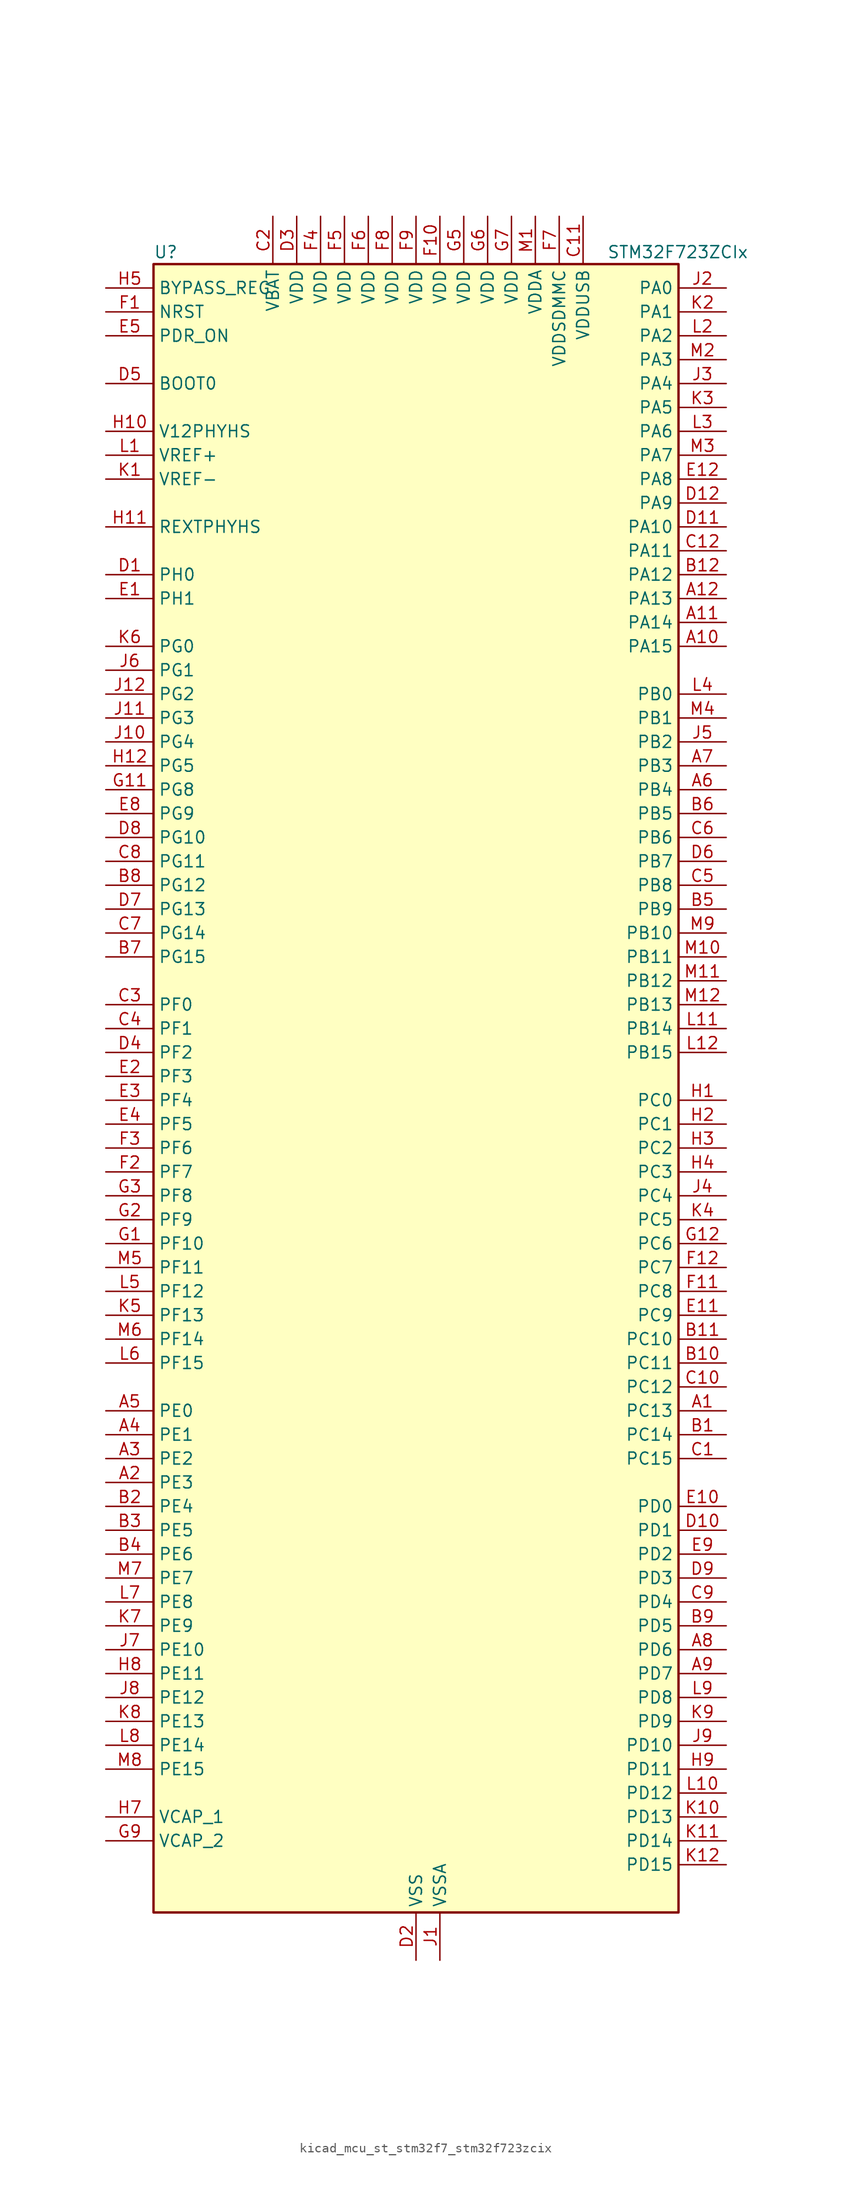
<source format=kicad_sym>
(kicad_symbol_lib
  (version 20220914)
  (generator kicad_symbol_editor)
  (symbol "kicad_mcu_st_stm32f7_stm32f723zcix"
    (property "Reference" "U"
      (at -27.94 90.17 0)
      (effects (font (size 1.27 1.27)) (justify left)))
    (property "Value" "STM32F723ZCIx"
      (at 20.32 90.17 0)
      (effects (font (size 1.27 1.27)) (justify left)))
    (property "ki_locked" ""
      (at 0 0 0)
      (effects (font (size 1.27 1.27))))
    (symbol "kicad_mcu_st_stm32f7_stm32f723zcix_0_1"
      (rectangle (start -27.94 -86.36) (end 27.94 88.9) (stroke (width 0.254) (type default)) (fill (type background))))
    (symbol "kicad_mcu_st_stm32f7_stm32f723zcix_1_1"
      (pin bidirectional line (at 33.02 -33.02 180) (length 5.08) (name "PC13" (effects (font (size 1.27 1.27)))) (number "A1" (effects (font (size 1.27 1.27)))) (alternate "RTC_OUT" bidirectional line) (alternate "RTC_TAMP1" bidirectional line) (alternate "RTC_TS" bidirectional line) (alternate "SYS_WKUP4" bidirectional line))
      (pin bidirectional line (at 33.02 48.26 180) (length 5.08) (name "PA15" (effects (font (size 1.27 1.27)))) (number "A10" (effects (font (size 1.27 1.27)))) (alternate "I2S1_WS" bidirectional line) (alternate "I2S3_WS" bidirectional line) (alternate "SPI1_NSS" bidirectional line) (alternate "SPI3_NSS" bidirectional line) (alternate "SYS_JTDI" bidirectional line) (alternate "TIM2_CH1" bidirectional line) (alternate "TIM2_ETR" bidirectional line) (alternate "UART4_DE" bidirectional line) (alternate "UART4_RTS" bidirectional line))
      (pin bidirectional line (at 33.02 50.8 180) (length 5.08) (name "PA14" (effects (font (size 1.27 1.27)))) (number "A11" (effects (font (size 1.27 1.27)))) (alternate "SYS_JTCK-SWCLK" bidirectional line))
      (pin bidirectional line (at 33.02 53.34 180) (length 5.08) (name "PA13" (effects (font (size 1.27 1.27)))) (number "A12" (effects (font (size 1.27 1.27)))) (alternate "SYS_JTMS-SWDIO" bidirectional line))
      (pin bidirectional line (at -33.02 -40.64 0) (length 5.08) (name "PE3" (effects (font (size 1.27 1.27)))) (number "A2" (effects (font (size 1.27 1.27)))) (alternate "FMC_A19" bidirectional line) (alternate "SAI1_SD_B" bidirectional line) (alternate "SYS_TRACED0" bidirectional line))
      (pin bidirectional line (at -33.02 -38.1 0) (length 5.08) (name "PE2" (effects (font (size 1.27 1.27)))) (number "A3" (effects (font (size 1.27 1.27)))) (alternate "FMC_A23" bidirectional line) (alternate "QUADSPI_BK1_IO2" bidirectional line) (alternate "SAI1_MCLK_A" bidirectional line) (alternate "SPI4_SCK" bidirectional line) (alternate "SYS_TRACECLK" bidirectional line))
      (pin bidirectional line (at -33.02 -35.56 0) (length 5.08) (name "PE1" (effects (font (size 1.27 1.27)))) (number "A4" (effects (font (size 1.27 1.27)))) (alternate "FMC_NBL1" bidirectional line) (alternate "LPTIM1_IN2" bidirectional line) (alternate "UART8_TX" bidirectional line))
      (pin bidirectional line (at -33.02 -33.02 0) (length 5.08) (name "PE0" (effects (font (size 1.27 1.27)))) (number "A5" (effects (font (size 1.27 1.27)))) (alternate "FMC_NBL0" bidirectional line) (alternate "LPTIM1_ETR" bidirectional line) (alternate "SAI2_MCLK_A" bidirectional line) (alternate "TIM4_ETR" bidirectional line) (alternate "UART8_RX" bidirectional line))
      (pin bidirectional line (at 33.02 33.02 180) (length 5.08) (name "PB4" (effects (font (size 1.27 1.27)))) (number "A6" (effects (font (size 1.27 1.27)))) (alternate "I2S2_WS" bidirectional line) (alternate "SDMMC2_D3" bidirectional line) (alternate "SPI1_MISO" bidirectional line) (alternate "SPI2_NSS" bidirectional line) (alternate "SPI3_MISO" bidirectional line) (alternate "SYS_JTRST" bidirectional line) (alternate "TIM3_CH1" bidirectional line))
      (pin bidirectional line (at 33.02 35.56 180) (length 5.08) (name "PB3" (effects (font (size 1.27 1.27)))) (number "A7" (effects (font (size 1.27 1.27)))) (alternate "I2S1_CK" bidirectional line) (alternate "I2S3_CK" bidirectional line) (alternate "SDMMC2_D2" bidirectional line) (alternate "SPI1_SCK" bidirectional line) (alternate "SPI3_SCK" bidirectional line) (alternate "SYS_JTDO-SWO" bidirectional line) (alternate "TIM2_CH2" bidirectional line))
      (pin bidirectional line (at 33.02 -58.42 180) (length 5.08) (name "PD6" (effects (font (size 1.27 1.27)))) (number "A8" (effects (font (size 1.27 1.27)))) (alternate "FMC_NWAIT" bidirectional line) (alternate "I2S3_SD" bidirectional line) (alternate "SAI1_SD_A" bidirectional line) (alternate "SDMMC2_CK" bidirectional line) (alternate "SPI3_MOSI" bidirectional line) (alternate "USART2_RX" bidirectional line))
      (pin bidirectional line (at 33.02 -60.96 180) (length 5.08) (name "PD7" (effects (font (size 1.27 1.27)))) (number "A9" (effects (font (size 1.27 1.27)))) (alternate "FMC_NE1" bidirectional line) (alternate "SDMMC2_CMD" bidirectional line) (alternate "USART2_CK" bidirectional line))
      (pin bidirectional line (at 33.02 -35.56 180) (length 5.08) (name "PC14" (effects (font (size 1.27 1.27)))) (number "B1" (effects (font (size 1.27 1.27)))) (alternate "RCC_OSC32_IN" bidirectional line))
      (pin bidirectional line (at 33.02 -27.94 180) (length 5.08) (name "PC11" (effects (font (size 1.27 1.27)))) (number "B10" (effects (font (size 1.27 1.27)))) (alternate "ADC1_EXTI11" bidirectional line) (alternate "ADC2_EXTI11" bidirectional line) (alternate "ADC3_EXTI11" bidirectional line) (alternate "QUADSPI_BK2_NCS" bidirectional line) (alternate "SDMMC1_D3" bidirectional line) (alternate "SPI3_MISO" bidirectional line) (alternate "UART4_RX" bidirectional line) (alternate "USART3_RX" bidirectional line))
      (pin bidirectional line (at 33.02 -25.4 180) (length 5.08) (name "PC10" (effects (font (size 1.27 1.27)))) (number "B11" (effects (font (size 1.27 1.27)))) (alternate "I2S3_CK" bidirectional line) (alternate "QUADSPI_BK1_IO1" bidirectional line) (alternate "SDMMC1_D2" bidirectional line) (alternate "SPI3_SCK" bidirectional line) (alternate "UART4_TX" bidirectional line) (alternate "USART3_TX" bidirectional line))
      (pin bidirectional line (at 33.02 55.88 180) (length 5.08) (name "PA12" (effects (font (size 1.27 1.27)))) (number "B12" (effects (font (size 1.27 1.27)))) (alternate "CAN1_TX" bidirectional line) (alternate "SAI2_FS_B" bidirectional line) (alternate "TIM1_ETR" bidirectional line) (alternate "USART1_DE" bidirectional line) (alternate "USART1_RTS" bidirectional line) (alternate "USB_OTG_FS_DP" bidirectional line))
      (pin bidirectional line (at -33.02 -43.18 0) (length 5.08) (name "PE4" (effects (font (size 1.27 1.27)))) (number "B2" (effects (font (size 1.27 1.27)))) (alternate "FMC_A20" bidirectional line) (alternate "SAI1_FS_A" bidirectional line) (alternate "SPI4_NSS" bidirectional line) (alternate "SYS_TRACED1" bidirectional line))
      (pin bidirectional line (at -33.02 -45.72 0) (length 5.08) (name "PE5" (effects (font (size 1.27 1.27)))) (number "B3" (effects (font (size 1.27 1.27)))) (alternate "FMC_A21" bidirectional line) (alternate "SAI1_SCK_A" bidirectional line) (alternate "SPI4_MISO" bidirectional line) (alternate "SYS_TRACED2" bidirectional line) (alternate "TIM9_CH1" bidirectional line))
      (pin bidirectional line (at -33.02 -48.26 0) (length 5.08) (name "PE6" (effects (font (size 1.27 1.27)))) (number "B4" (effects (font (size 1.27 1.27)))) (alternate "FMC_A22" bidirectional line) (alternate "SAI1_SD_A" bidirectional line) (alternate "SAI2_MCLK_B" bidirectional line) (alternate "SPI4_MOSI" bidirectional line) (alternate "SYS_TRACED3" bidirectional line) (alternate "TIM1_BKIN2" bidirectional line) (alternate "TIM9_CH2" bidirectional line))
      (pin bidirectional line (at 33.02 20.32 180) (length 5.08) (name "PB9" (effects (font (size 1.27 1.27)))) (number "B5" (effects (font (size 1.27 1.27)))) (alternate "CAN1_TX" bidirectional line) (alternate "DAC_EXTI9" bidirectional line) (alternate "I2C1_SDA" bidirectional line) (alternate "I2S2_WS" bidirectional line) (alternate "SDMMC1_D5" bidirectional line) (alternate "SDMMC2_D5" bidirectional line) (alternate "SPI2_NSS" bidirectional line) (alternate "TIM11_CH1" bidirectional line) (alternate "TIM4_CH4" bidirectional line))
      (pin bidirectional line (at 33.02 30.48 180) (length 5.08) (name "PB5" (effects (font (size 1.27 1.27)))) (number "B6" (effects (font (size 1.27 1.27)))) (alternate "FMC_SDCKE1" bidirectional line) (alternate "I2C1_SMBA" bidirectional line) (alternate "I2S1_SD" bidirectional line) (alternate "I2S3_SD" bidirectional line) (alternate "SPI1_MOSI" bidirectional line) (alternate "SPI3_MOSI" bidirectional line) (alternate "TIM3_CH2" bidirectional line))
      (pin bidirectional line (at -33.02 15.24 0) (length 5.08) (name "PG15" (effects (font (size 1.27 1.27)))) (number "B7" (effects (font (size 1.27 1.27)))) (alternate "FMC_SDNCAS" bidirectional line) (alternate "USART6_CTS" bidirectional line))
      (pin bidirectional line (at -33.02 22.86 0) (length 5.08) (name "PG12" (effects (font (size 1.27 1.27)))) (number "B8" (effects (font (size 1.27 1.27)))) (alternate "FMC_NE4" bidirectional line) (alternate "LPTIM1_IN1" bidirectional line) (alternate "SDMMC2_D3" bidirectional line) (alternate "USART6_DE" bidirectional line) (alternate "USART6_RTS" bidirectional line))
      (pin bidirectional line (at 33.02 -55.88 180) (length 5.08) (name "PD5" (effects (font (size 1.27 1.27)))) (number "B9" (effects (font (size 1.27 1.27)))) (alternate "FMC_NWE" bidirectional line) (alternate "USART2_TX" bidirectional line))
      (pin bidirectional line (at 33.02 -38.1 180) (length 5.08) (name "PC15" (effects (font (size 1.27 1.27)))) (number "C1" (effects (font (size 1.27 1.27)))) (alternate "RCC_OSC32_OUT" bidirectional line))
      (pin bidirectional line (at 33.02 -30.48 180) (length 5.08) (name "PC12" (effects (font (size 1.27 1.27)))) (number "C10" (effects (font (size 1.27 1.27)))) (alternate "I2S3_SD" bidirectional line) (alternate "SDMMC1_CK" bidirectional line) (alternate "SPI3_MOSI" bidirectional line) (alternate "SYS_TRACED3" bidirectional line) (alternate "UART5_TX" bidirectional line) (alternate "USART3_CK" bidirectional line))
      (pin power_in line (at 17.78 93.98 270) (length 5.08) (name "VDDUSB" (effects (font (size 1.27 1.27)))) (number "C11" (effects (font (size 1.27 1.27)))))
      (pin bidirectional line (at 33.02 58.42 180) (length 5.08) (name "PA11" (effects (font (size 1.27 1.27)))) (number "C12" (effects (font (size 1.27 1.27)))) (alternate "ADC1_EXTI11" bidirectional line) (alternate "ADC2_EXTI11" bidirectional line) (alternate "ADC3_EXTI11" bidirectional line) (alternate "CAN1_RX" bidirectional line) (alternate "TIM1_CH4" bidirectional line) (alternate "USART1_CTS" bidirectional line) (alternate "USB_OTG_FS_DM" bidirectional line))
      (pin power_in line (at -15.24 93.98 270) (length 5.08) (name "VBAT" (effects (font (size 1.27 1.27)))) (number "C2" (effects (font (size 1.27 1.27)))))
      (pin bidirectional line (at -33.02 10.16 0) (length 5.08) (name "PF0" (effects (font (size 1.27 1.27)))) (number "C3" (effects (font (size 1.27 1.27)))) (alternate "FMC_A0" bidirectional line) (alternate "I2C2_SDA" bidirectional line))
      (pin bidirectional line (at -33.02 7.62 0) (length 5.08) (name "PF1" (effects (font (size 1.27 1.27)))) (number "C4" (effects (font (size 1.27 1.27)))) (alternate "FMC_A1" bidirectional line) (alternate "I2C2_SCL" bidirectional line))
      (pin bidirectional line (at 33.02 22.86 180) (length 5.08) (name "PB8" (effects (font (size 1.27 1.27)))) (number "C5" (effects (font (size 1.27 1.27)))) (alternate "CAN1_RX" bidirectional line) (alternate "I2C1_SCL" bidirectional line) (alternate "SDMMC1_D4" bidirectional line) (alternate "SDMMC2_D4" bidirectional line) (alternate "TIM10_CH1" bidirectional line) (alternate "TIM4_CH3" bidirectional line))
      (pin bidirectional line (at 33.02 27.94 180) (length 5.08) (name "PB6" (effects (font (size 1.27 1.27)))) (number "C6" (effects (font (size 1.27 1.27)))) (alternate "FMC_SDNE1" bidirectional line) (alternate "I2C1_SCL" bidirectional line) (alternate "QUADSPI_BK1_NCS" bidirectional line) (alternate "TIM4_CH1" bidirectional line) (alternate "USART1_TX" bidirectional line))
      (pin bidirectional line (at -33.02 17.78 0) (length 5.08) (name "PG14" (effects (font (size 1.27 1.27)))) (number "C7" (effects (font (size 1.27 1.27)))) (alternate "FMC_A25" bidirectional line) (alternate "LPTIM1_ETR" bidirectional line) (alternate "QUADSPI_BK2_IO3" bidirectional line) (alternate "SYS_TRACED1" bidirectional line) (alternate "USART6_TX" bidirectional line))
      (pin bidirectional line (at -33.02 25.4 0) (length 5.08) (name "PG11" (effects (font (size 1.27 1.27)))) (number "C8" (effects (font (size 1.27 1.27)))) (alternate "ADC1_EXTI11" bidirectional line) (alternate "ADC2_EXTI11" bidirectional line) (alternate "ADC3_EXTI11" bidirectional line) (alternate "FMC_INT" bidirectional line) (alternate "SDMMC2_D2" bidirectional line))
      (pin bidirectional line (at 33.02 -53.34 180) (length 5.08) (name "PD4" (effects (font (size 1.27 1.27)))) (number "C9" (effects (font (size 1.27 1.27)))) (alternate "FMC_NOE" bidirectional line) (alternate "USART2_DE" bidirectional line) (alternate "USART2_RTS" bidirectional line))
      (pin bidirectional line (at -33.02 55.88 0) (length 5.08) (name "PH0" (effects (font (size 1.27 1.27)))) (number "D1" (effects (font (size 1.27 1.27)))) (alternate "RCC_OSC_IN" bidirectional line))
      (pin bidirectional line (at 33.02 -45.72 180) (length 5.08) (name "PD1" (effects (font (size 1.27 1.27)))) (number "D10" (effects (font (size 1.27 1.27)))) (alternate "CAN1_TX" bidirectional line) (alternate "FMC_D3" bidirectional line) (alternate "FMC_DA3" bidirectional line))
      (pin bidirectional line (at 33.02 60.96 180) (length 5.08) (name "PA10" (effects (font (size 1.27 1.27)))) (number "D11" (effects (font (size 1.27 1.27)))) (alternate "TIM1_CH3" bidirectional line) (alternate "USART1_RX" bidirectional line) (alternate "USB_OTG_FS_ID" bidirectional line))
      (pin bidirectional line (at 33.02 63.5 180) (length 5.08) (name "PA9" (effects (font (size 1.27 1.27)))) (number "D12" (effects (font (size 1.27 1.27)))) (alternate "DAC_EXTI9" bidirectional line) (alternate "I2C3_SMBA" bidirectional line) (alternate "I2S2_CK" bidirectional line) (alternate "SPI2_SCK" bidirectional line) (alternate "TIM1_CH2" bidirectional line) (alternate "USART1_TX" bidirectional line) (alternate "USB_OTG_FS_VBUS" bidirectional line))
      (pin power_in line (at 0 -91.44 90) (length 5.08) (name "VSS" (effects (font (size 1.27 1.27)))) (number "D2" (effects (font (size 1.27 1.27)))))
      (pin power_in line (at -12.7 93.98 270) (length 5.08) (name "VDD" (effects (font (size 1.27 1.27)))) (number "D3" (effects (font (size 1.27 1.27)))))
      (pin bidirectional line (at -33.02 5.08 0) (length 5.08) (name "PF2" (effects (font (size 1.27 1.27)))) (number "D4" (effects (font (size 1.27 1.27)))) (alternate "FMC_A2" bidirectional line) (alternate "I2C2_SMBA" bidirectional line))
      (pin input line (at -33.02 76.2 0) (length 5.08) (name "BOOT0" (effects (font (size 1.27 1.27)))) (number "D5" (effects (font (size 1.27 1.27)))))
      (pin bidirectional line (at 33.02 25.4 180) (length 5.08) (name "PB7" (effects (font (size 1.27 1.27)))) (number "D6" (effects (font (size 1.27 1.27)))) (alternate "FMC_NL" bidirectional line) (alternate "I2C1_SDA" bidirectional line) (alternate "TIM4_CH2" bidirectional line) (alternate "USART1_RX" bidirectional line))
      (pin bidirectional line (at -33.02 20.32 0) (length 5.08) (name "PG13" (effects (font (size 1.27 1.27)))) (number "D7" (effects (font (size 1.27 1.27)))) (alternate "FMC_A24" bidirectional line) (alternate "LPTIM1_OUT" bidirectional line) (alternate "SYS_TRACED0" bidirectional line) (alternate "USART6_CTS" bidirectional line))
      (pin bidirectional line (at -33.02 27.94 0) (length 5.08) (name "PG10" (effects (font (size 1.27 1.27)))) (number "D8" (effects (font (size 1.27 1.27)))) (alternate "FMC_NE3" bidirectional line) (alternate "SAI2_SD_B" bidirectional line) (alternate "SDMMC2_D1" bidirectional line))
      (pin bidirectional line (at 33.02 -50.8 180) (length 5.08) (name "PD3" (effects (font (size 1.27 1.27)))) (number "D9" (effects (font (size 1.27 1.27)))) (alternate "FMC_CLK" bidirectional line) (alternate "I2S2_CK" bidirectional line) (alternate "SPI2_SCK" bidirectional line) (alternate "USART2_CTS" bidirectional line))
      (pin bidirectional line (at -33.02 53.34 0) (length 5.08) (name "PH1" (effects (font (size 1.27 1.27)))) (number "E1" (effects (font (size 1.27 1.27)))) (alternate "RCC_OSC_OUT" bidirectional line))
      (pin bidirectional line (at 33.02 -43.18 180) (length 5.08) (name "PD0" (effects (font (size 1.27 1.27)))) (number "E10" (effects (font (size 1.27 1.27)))) (alternate "CAN1_RX" bidirectional line) (alternate "FMC_D2" bidirectional line) (alternate "FMC_DA2" bidirectional line))
      (pin bidirectional line (at 33.02 -22.86 180) (length 5.08) (name "PC9" (effects (font (size 1.27 1.27)))) (number "E11" (effects (font (size 1.27 1.27)))) (alternate "DAC_EXTI9" bidirectional line) (alternate "I2C3_SDA" bidirectional line) (alternate "I2S_CKIN" bidirectional line) (alternate "QUADSPI_BK1_IO0" bidirectional line) (alternate "RCC_MCO_2" bidirectional line) (alternate "SDMMC1_D1" bidirectional line) (alternate "TIM3_CH4" bidirectional line) (alternate "TIM8_CH4" bidirectional line) (alternate "UART5_CTS" bidirectional line))
      (pin bidirectional line (at 33.02 66.04 180) (length 5.08) (name "PA8" (effects (font (size 1.27 1.27)))) (number "E12" (effects (font (size 1.27 1.27)))) (alternate "I2C3_SCL" bidirectional line) (alternate "RCC_MCO_1" bidirectional line) (alternate "TIM1_CH1" bidirectional line) (alternate "TIM8_BKIN2" bidirectional line) (alternate "USART1_CK" bidirectional line) (alternate "USB_OTG_FS_SOF" bidirectional line))
      (pin bidirectional line (at -33.02 2.54 0) (length 5.08) (name "PF3" (effects (font (size 1.27 1.27)))) (number "E2" (effects (font (size 1.27 1.27)))) (alternate "ADC3_IN9" bidirectional line) (alternate "FMC_A3" bidirectional line))
      (pin bidirectional line (at -33.02 0 0) (length 5.08) (name "PF4" (effects (font (size 1.27 1.27)))) (number "E3" (effects (font (size 1.27 1.27)))) (alternate "ADC3_IN14" bidirectional line) (alternate "FMC_A4" bidirectional line))
      (pin bidirectional line (at -33.02 -2.54 0) (length 5.08) (name "PF5" (effects (font (size 1.27 1.27)))) (number "E4" (effects (font (size 1.27 1.27)))) (alternate "ADC3_IN15" bidirectional line) (alternate "FMC_A5" bidirectional line))
      (pin input line (at -33.02 81.28 0) (length 5.08) (name "PDR_ON" (effects (font (size 1.27 1.27)))) (number "E5" (effects (font (size 1.27 1.27)))))
      (pin passive line (at 0 -91.44 90) (length 5.08) hide (name "VSS" (effects (font (size 1.27 1.27)))) (number "E6" (effects (font (size 1.27 1.27)))))
      (pin passive line (at 0 -91.44 90) (length 5.08) hide (name "VSS" (effects (font (size 1.27 1.27)))) (number "E7" (effects (font (size 1.27 1.27)))))
      (pin bidirectional line (at -33.02 30.48 0) (length 5.08) (name "PG9" (effects (font (size 1.27 1.27)))) (number "E8" (effects (font (size 1.27 1.27)))) (alternate "DAC_EXTI9" bidirectional line) (alternate "FMC_NCE" bidirectional line) (alternate "FMC_NE2" bidirectional line) (alternate "QUADSPI_BK2_IO2" bidirectional line) (alternate "SAI2_FS_B" bidirectional line) (alternate "SDMMC2_D0" bidirectional line) (alternate "USART6_RX" bidirectional line))
      (pin bidirectional line (at 33.02 -48.26 180) (length 5.08) (name "PD2" (effects (font (size 1.27 1.27)))) (number "E9" (effects (font (size 1.27 1.27)))) (alternate "SDMMC1_CMD" bidirectional line) (alternate "SYS_TRACED2" bidirectional line) (alternate "TIM3_ETR" bidirectional line) (alternate "UART5_RX" bidirectional line))
      (pin input line (at -33.02 83.82 0) (length 5.08) (name "NRST" (effects (font (size 1.27 1.27)))) (number "F1" (effects (font (size 1.27 1.27)))))
      (pin power_in line (at 2.54 93.98 270) (length 5.08) (name "VDD" (effects (font (size 1.27 1.27)))) (number "F10" (effects (font (size 1.27 1.27)))))
      (pin bidirectional line (at 33.02 -20.32 180) (length 5.08) (name "PC8" (effects (font (size 1.27 1.27)))) (number "F11" (effects (font (size 1.27 1.27)))) (alternate "SDMMC1_D0" bidirectional line) (alternate "SYS_TRACED1" bidirectional line) (alternate "TIM3_CH3" bidirectional line) (alternate "TIM8_CH3" bidirectional line) (alternate "UART5_DE" bidirectional line) (alternate "UART5_RTS" bidirectional line) (alternate "USART6_CK" bidirectional line))
      (pin bidirectional line (at 33.02 -17.78 180) (length 5.08) (name "PC7" (effects (font (size 1.27 1.27)))) (number "F12" (effects (font (size 1.27 1.27)))) (alternate "I2S3_MCK" bidirectional line) (alternate "SDMMC1_D7" bidirectional line) (alternate "SDMMC2_D7" bidirectional line) (alternate "TIM3_CH2" bidirectional line) (alternate "TIM8_CH2" bidirectional line) (alternate "USART6_RX" bidirectional line))
      (pin bidirectional line (at -33.02 -7.62 0) (length 5.08) (name "PF7" (effects (font (size 1.27 1.27)))) (number "F2" (effects (font (size 1.27 1.27)))) (alternate "ADC3_IN5" bidirectional line) (alternate "QUADSPI_BK1_IO2" bidirectional line) (alternate "SAI1_MCLK_B" bidirectional line) (alternate "SPI5_SCK" bidirectional line) (alternate "TIM11_CH1" bidirectional line) (alternate "UART7_TX" bidirectional line))
      (pin bidirectional line (at -33.02 -5.08 0) (length 5.08) (name "PF6" (effects (font (size 1.27 1.27)))) (number "F3" (effects (font (size 1.27 1.27)))) (alternate "ADC3_IN4" bidirectional line) (alternate "QUADSPI_BK1_IO3" bidirectional line) (alternate "SAI1_SD_B" bidirectional line) (alternate "SPI5_NSS" bidirectional line) (alternate "TIM10_CH1" bidirectional line) (alternate "UART7_RX" bidirectional line))
      (pin power_in line (at -10.16 93.98 270) (length 5.08) (name "VDD" (effects (font (size 1.27 1.27)))) (number "F4" (effects (font (size 1.27 1.27)))))
      (pin power_in line (at -7.62 93.98 270) (length 5.08) (name "VDD" (effects (font (size 1.27 1.27)))) (number "F5" (effects (font (size 1.27 1.27)))))
      (pin power_in line (at -5.08 93.98 270) (length 5.08) (name "VDD" (effects (font (size 1.27 1.27)))) (number "F6" (effects (font (size 1.27 1.27)))))
      (pin power_in line (at 15.24 93.98 270) (length 5.08) (name "VDDSDMMC" (effects (font (size 1.27 1.27)))) (number "F7" (effects (font (size 1.27 1.27)))))
      (pin power_in line (at -2.54 93.98 270) (length 5.08) (name "VDD" (effects (font (size 1.27 1.27)))) (number "F8" (effects (font (size 1.27 1.27)))))
      (pin power_in line (at 0 93.98 270) (length 5.08) (name "VDD" (effects (font (size 1.27 1.27)))) (number "F9" (effects (font (size 1.27 1.27)))))
      (pin bidirectional line (at -33.02 -15.24 0) (length 5.08) (name "PF10" (effects (font (size 1.27 1.27)))) (number "G1" (effects (font (size 1.27 1.27)))) (alternate "ADC3_IN8" bidirectional line))
      (pin passive line (at 0 -91.44 90) (length 5.08) hide (name "VSS" (effects (font (size 1.27 1.27)))) (number "G10" (effects (font (size 1.27 1.27)))))
      (pin bidirectional line (at -33.02 33.02 0) (length 5.08) (name "PG8" (effects (font (size 1.27 1.27)))) (number "G11" (effects (font (size 1.27 1.27)))) (alternate "FMC_SDCLK" bidirectional line) (alternate "USART6_DE" bidirectional line) (alternate "USART6_RTS" bidirectional line))
      (pin bidirectional line (at 33.02 -15.24 180) (length 5.08) (name "PC6" (effects (font (size 1.27 1.27)))) (number "G12" (effects (font (size 1.27 1.27)))) (alternate "I2S2_MCK" bidirectional line) (alternate "SDMMC1_D6" bidirectional line) (alternate "SDMMC2_D6" bidirectional line) (alternate "TIM3_CH1" bidirectional line) (alternate "TIM8_CH1" bidirectional line) (alternate "USART6_TX" bidirectional line))
      (pin bidirectional line (at -33.02 -12.7 0) (length 5.08) (name "PF9" (effects (font (size 1.27 1.27)))) (number "G2" (effects (font (size 1.27 1.27)))) (alternate "ADC3_IN7" bidirectional line) (alternate "DAC_EXTI9" bidirectional line) (alternate "QUADSPI_BK1_IO1" bidirectional line) (alternate "SAI1_FS_B" bidirectional line) (alternate "SPI5_MOSI" bidirectional line) (alternate "TIM14_CH1" bidirectional line) (alternate "UART7_CTS" bidirectional line))
      (pin bidirectional line (at -33.02 -10.16 0) (length 5.08) (name "PF8" (effects (font (size 1.27 1.27)))) (number "G3" (effects (font (size 1.27 1.27)))) (alternate "ADC3_IN6" bidirectional line) (alternate "QUADSPI_BK1_IO0" bidirectional line) (alternate "SAI1_SCK_B" bidirectional line) (alternate "SPI5_MISO" bidirectional line) (alternate "TIM13_CH1" bidirectional line) (alternate "UART7_DE" bidirectional line) (alternate "UART7_RTS" bidirectional line))
      (pin passive line (at 0 -91.44 90) (length 5.08) hide (name "VSS" (effects (font (size 1.27 1.27)))) (number "G4" (effects (font (size 1.27 1.27)))))
      (pin power_in line (at 5.08 93.98 270) (length 5.08) (name "VDD" (effects (font (size 1.27 1.27)))) (number "G5" (effects (font (size 1.27 1.27)))))
      (pin power_in line (at 7.62 93.98 270) (length 5.08) (name "VDD" (effects (font (size 1.27 1.27)))) (number "G6" (effects (font (size 1.27 1.27)))))
      (pin power_in line (at 10.16 93.98 270) (length 5.08) (name "VDD" (effects (font (size 1.27 1.27)))) (number "G7" (effects (font (size 1.27 1.27)))))
      (pin passive line (at 0 -91.44 90) (length 5.08) hide (name "VSS" (effects (font (size 1.27 1.27)))) (number "G8" (effects (font (size 1.27 1.27)))))
      (pin power_out line (at -33.02 -78.74 0) (length 5.08) (name "VCAP_2" (effects (font (size 1.27 1.27)))) (number "G9" (effects (font (size 1.27 1.27)))))
      (pin bidirectional line (at 33.02 0 180) (length 5.08) (name "PC0" (effects (font (size 1.27 1.27)))) (number "H1" (effects (font (size 1.27 1.27)))) (alternate "ADC1_IN10" bidirectional line) (alternate "ADC2_IN10" bidirectional line) (alternate "ADC3_IN10" bidirectional line) (alternate "FMC_SDNWE" bidirectional line) (alternate "SAI2_FS_B" bidirectional line))
      (pin power_in line (at -33.02 71.12 0) (length 5.08) (name "V12PHYHS" (effects (font (size 1.27 1.27)))) (number "H10" (effects (font (size 1.27 1.27)))))
      (pin bidirectional line (at -33.02 60.96 0) (length 5.08) (name "REXTPHYHS" (effects (font (size 1.27 1.27)))) (number "H11" (effects (font (size 1.27 1.27)))) (alternate "USB_OTG_HS_REXTPHYHS" bidirectional line))
      (pin bidirectional line (at -33.02 35.56 0) (length 5.08) (name "PG5" (effects (font (size 1.27 1.27)))) (number "H12" (effects (font (size 1.27 1.27)))) (alternate "FMC_A15" bidirectional line) (alternate "FMC_BA1" bidirectional line))
      (pin bidirectional line (at 33.02 -2.54 180) (length 5.08) (name "PC1" (effects (font (size 1.27 1.27)))) (number "H2" (effects (font (size 1.27 1.27)))) (alternate "ADC1_IN11" bidirectional line) (alternate "ADC2_IN11" bidirectional line) (alternate "ADC3_IN11" bidirectional line) (alternate "I2S2_SD" bidirectional line) (alternate "RTC_TAMP3" bidirectional line) (alternate "RTC_TS" bidirectional line) (alternate "SAI1_SD_A" bidirectional line) (alternate "SPI2_MOSI" bidirectional line) (alternate "SYS_TRACED0" bidirectional line) (alternate "SYS_WKUP3" bidirectional line))
      (pin bidirectional line (at 33.02 -5.08 180) (length 5.08) (name "PC2" (effects (font (size 1.27 1.27)))) (number "H3" (effects (font (size 1.27 1.27)))) (alternate "ADC1_IN12" bidirectional line) (alternate "ADC2_IN12" bidirectional line) (alternate "ADC3_IN12" bidirectional line) (alternate "FMC_SDNE0" bidirectional line) (alternate "SPI2_MISO" bidirectional line))
      (pin bidirectional line (at 33.02 -7.62 180) (length 5.08) (name "PC3" (effects (font (size 1.27 1.27)))) (number "H4" (effects (font (size 1.27 1.27)))) (alternate "ADC1_IN13" bidirectional line) (alternate "ADC2_IN13" bidirectional line) (alternate "ADC3_IN13" bidirectional line) (alternate "FMC_SDCKE0" bidirectional line) (alternate "I2S2_SD" bidirectional line) (alternate "SPI2_MOSI" bidirectional line))
      (pin input line (at -33.02 86.36 0) (length 5.08) (name "BYPASS_REG" (effects (font (size 1.27 1.27)))) (number "H5" (effects (font (size 1.27 1.27)))))
      (pin passive line (at 0 -91.44 90) (length 5.08) hide (name "VSS" (effects (font (size 1.27 1.27)))) (number "H6" (effects (font (size 1.27 1.27)))))
      (pin power_out line (at -33.02 -76.2 0) (length 5.08) (name "VCAP_1" (effects (font (size 1.27 1.27)))) (number "H7" (effects (font (size 1.27 1.27)))))
      (pin bidirectional line (at -33.02 -60.96 0) (length 5.08) (name "PE11" (effects (font (size 1.27 1.27)))) (number "H8" (effects (font (size 1.27 1.27)))) (alternate "ADC1_EXTI11" bidirectional line) (alternate "ADC2_EXTI11" bidirectional line) (alternate "ADC3_EXTI11" bidirectional line) (alternate "FMC_D8" bidirectional line) (alternate "FMC_DA8" bidirectional line) (alternate "SAI2_SD_B" bidirectional line) (alternate "SPI4_NSS" bidirectional line) (alternate "TIM1_CH2" bidirectional line))
      (pin bidirectional line (at 33.02 -71.12 180) (length 5.08) (name "PD11" (effects (font (size 1.27 1.27)))) (number "H9" (effects (font (size 1.27 1.27)))) (alternate "ADC1_EXTI11" bidirectional line) (alternate "ADC2_EXTI11" bidirectional line) (alternate "ADC3_EXTI11" bidirectional line) (alternate "FMC_A16" bidirectional line) (alternate "FMC_CLE" bidirectional line) (alternate "QUADSPI_BK1_IO0" bidirectional line) (alternate "SAI2_SD_A" bidirectional line) (alternate "USART3_CTS" bidirectional line))
      (pin power_in line (at 2.54 -91.44 90) (length 5.08) (name "VSSA" (effects (font (size 1.27 1.27)))) (number "J1" (effects (font (size 1.27 1.27)))))
      (pin bidirectional line (at -33.02 38.1 0) (length 5.08) (name "PG4" (effects (font (size 1.27 1.27)))) (number "J10" (effects (font (size 1.27 1.27)))) (alternate "FMC_A14" bidirectional line) (alternate "FMC_BA0" bidirectional line))
      (pin bidirectional line (at -33.02 40.64 0) (length 5.08) (name "PG3" (effects (font (size 1.27 1.27)))) (number "J11" (effects (font (size 1.27 1.27)))) (alternate "FMC_A13" bidirectional line))
      (pin bidirectional line (at -33.02 43.18 0) (length 5.08) (name "PG2" (effects (font (size 1.27 1.27)))) (number "J12" (effects (font (size 1.27 1.27)))) (alternate "FMC_A12" bidirectional line))
      (pin bidirectional line (at 33.02 86.36 180) (length 5.08) (name "PA0" (effects (font (size 1.27 1.27)))) (number "J2" (effects (font (size 1.27 1.27)))) (alternate "ADC1_IN0" bidirectional line) (alternate "ADC2_IN0" bidirectional line) (alternate "ADC3_IN0" bidirectional line) (alternate "SAI2_SD_B" bidirectional line) (alternate "SYS_WKUP1" bidirectional line) (alternate "TIM2_CH1" bidirectional line) (alternate "TIM2_ETR" bidirectional line) (alternate "TIM5_CH1" bidirectional line) (alternate "TIM8_ETR" bidirectional line) (alternate "UART4_TX" bidirectional line) (alternate "USART2_CTS" bidirectional line))
      (pin bidirectional line (at 33.02 76.2 180) (length 5.08) (name "PA4" (effects (font (size 1.27 1.27)))) (number "J3" (effects (font (size 1.27 1.27)))) (alternate "ADC1_IN4" bidirectional line) (alternate "ADC2_IN4" bidirectional line) (alternate "DAC_OUT1" bidirectional line) (alternate "I2S1_WS" bidirectional line) (alternate "I2S3_WS" bidirectional line) (alternate "SPI1_NSS" bidirectional line) (alternate "SPI3_NSS" bidirectional line) (alternate "USART2_CK" bidirectional line) (alternate "USB_OTG_HS_SOF" bidirectional line))
      (pin bidirectional line (at 33.02 -10.16 180) (length 5.08) (name "PC4" (effects (font (size 1.27 1.27)))) (number "J4" (effects (font (size 1.27 1.27)))) (alternate "ADC1_IN14" bidirectional line) (alternate "ADC2_IN14" bidirectional line) (alternate "FMC_SDNE0" bidirectional line) (alternate "I2S1_MCK" bidirectional line))
      (pin bidirectional line (at 33.02 38.1 180) (length 5.08) (name "PB2" (effects (font (size 1.27 1.27)))) (number "J5" (effects (font (size 1.27 1.27)))) (alternate "I2S3_SD" bidirectional line) (alternate "QUADSPI_CLK" bidirectional line) (alternate "SAI1_SD_A" bidirectional line) (alternate "SPI3_MOSI" bidirectional line))
      (pin bidirectional line (at -33.02 45.72 0) (length 5.08) (name "PG1" (effects (font (size 1.27 1.27)))) (number "J6" (effects (font (size 1.27 1.27)))) (alternate "FMC_A11" bidirectional line))
      (pin bidirectional line (at -33.02 -58.42 0) (length 5.08) (name "PE10" (effects (font (size 1.27 1.27)))) (number "J7" (effects (font (size 1.27 1.27)))) (alternate "FMC_D7" bidirectional line) (alternate "FMC_DA7" bidirectional line) (alternate "QUADSPI_BK2_IO3" bidirectional line) (alternate "TIM1_CH2N" bidirectional line) (alternate "UART7_CTS" bidirectional line))
      (pin bidirectional line (at -33.02 -63.5 0) (length 5.08) (name "PE12" (effects (font (size 1.27 1.27)))) (number "J8" (effects (font (size 1.27 1.27)))) (alternate "FMC_D9" bidirectional line) (alternate "FMC_DA9" bidirectional line) (alternate "SAI2_SCK_B" bidirectional line) (alternate "SPI4_SCK" bidirectional line) (alternate "TIM1_CH3N" bidirectional line))
      (pin bidirectional line (at 33.02 -68.58 180) (length 5.08) (name "PD10" (effects (font (size 1.27 1.27)))) (number "J9" (effects (font (size 1.27 1.27)))) (alternate "FMC_D15" bidirectional line) (alternate "FMC_DA15" bidirectional line) (alternate "USART3_CK" bidirectional line))
      (pin input line (at -33.02 66.04 0) (length 5.08) (name "VREF-" (effects (font (size 1.27 1.27)))) (number "K1" (effects (font (size 1.27 1.27)))))
      (pin bidirectional line (at 33.02 -76.2 180) (length 5.08) (name "PD13" (effects (font (size 1.27 1.27)))) (number "K10" (effects (font (size 1.27 1.27)))) (alternate "FMC_A18" bidirectional line) (alternate "LPTIM1_OUT" bidirectional line) (alternate "QUADSPI_BK1_IO3" bidirectional line) (alternate "SAI2_SCK_A" bidirectional line) (alternate "TIM4_CH2" bidirectional line))
      (pin bidirectional line (at 33.02 -78.74 180) (length 5.08) (name "PD14" (effects (font (size 1.27 1.27)))) (number "K11" (effects (font (size 1.27 1.27)))) (alternate "FMC_D0" bidirectional line) (alternate "FMC_DA0" bidirectional line) (alternate "TIM4_CH3" bidirectional line) (alternate "UART8_CTS" bidirectional line))
      (pin bidirectional line (at 33.02 -81.28 180) (length 5.08) (name "PD15" (effects (font (size 1.27 1.27)))) (number "K12" (effects (font (size 1.27 1.27)))) (alternate "FMC_D1" bidirectional line) (alternate "FMC_DA1" bidirectional line) (alternate "TIM4_CH4" bidirectional line) (alternate "UART8_DE" bidirectional line) (alternate "UART8_RTS" bidirectional line))
      (pin bidirectional line (at 33.02 83.82 180) (length 5.08) (name "PA1" (effects (font (size 1.27 1.27)))) (number "K2" (effects (font (size 1.27 1.27)))) (alternate "ADC1_IN1" bidirectional line) (alternate "ADC2_IN1" bidirectional line) (alternate "ADC3_IN1" bidirectional line) (alternate "QUADSPI_BK1_IO3" bidirectional line) (alternate "SAI2_MCLK_B" bidirectional line) (alternate "TIM2_CH2" bidirectional line) (alternate "TIM5_CH2" bidirectional line) (alternate "UART4_RX" bidirectional line) (alternate "USART2_DE" bidirectional line) (alternate "USART2_RTS" bidirectional line))
      (pin bidirectional line (at 33.02 73.66 180) (length 5.08) (name "PA5" (effects (font (size 1.27 1.27)))) (number "K3" (effects (font (size 1.27 1.27)))) (alternate "ADC1_IN5" bidirectional line) (alternate "ADC2_IN5" bidirectional line) (alternate "DAC_OUT2" bidirectional line) (alternate "I2S1_CK" bidirectional line) (alternate "SPI1_SCK" bidirectional line) (alternate "TIM2_CH1" bidirectional line) (alternate "TIM2_ETR" bidirectional line) (alternate "TIM8_CH1N" bidirectional line))
      (pin bidirectional line (at 33.02 -12.7 180) (length 5.08) (name "PC5" (effects (font (size 1.27 1.27)))) (number "K4" (effects (font (size 1.27 1.27)))) (alternate "ADC1_IN15" bidirectional line) (alternate "ADC2_IN15" bidirectional line) (alternate "FMC_SDCKE0" bidirectional line))
      (pin bidirectional line (at -33.02 -22.86 0) (length 5.08) (name "PF13" (effects (font (size 1.27 1.27)))) (number "K5" (effects (font (size 1.27 1.27)))) (alternate "FMC_A7" bidirectional line))
      (pin bidirectional line (at -33.02 48.26 0) (length 5.08) (name "PG0" (effects (font (size 1.27 1.27)))) (number "K6" (effects (font (size 1.27 1.27)))) (alternate "FMC_A10" bidirectional line))
      (pin bidirectional line (at -33.02 -55.88 0) (length 5.08) (name "PE9" (effects (font (size 1.27 1.27)))) (number "K7" (effects (font (size 1.27 1.27)))) (alternate "DAC_EXTI9" bidirectional line) (alternate "FMC_D6" bidirectional line) (alternate "FMC_DA6" bidirectional line) (alternate "QUADSPI_BK2_IO2" bidirectional line) (alternate "TIM1_CH1" bidirectional line) (alternate "UART7_DE" bidirectional line) (alternate "UART7_RTS" bidirectional line))
      (pin bidirectional line (at -33.02 -66.04 0) (length 5.08) (name "PE13" (effects (font (size 1.27 1.27)))) (number "K8" (effects (font (size 1.27 1.27)))) (alternate "FMC_D10" bidirectional line) (alternate "FMC_DA10" bidirectional line) (alternate "SAI2_FS_B" bidirectional line) (alternate "SPI4_MISO" bidirectional line) (alternate "TIM1_CH3" bidirectional line))
      (pin bidirectional line (at 33.02 -66.04 180) (length 5.08) (name "PD9" (effects (font (size 1.27 1.27)))) (number "K9" (effects (font (size 1.27 1.27)))) (alternate "DAC_EXTI9" bidirectional line) (alternate "FMC_D14" bidirectional line) (alternate "FMC_DA14" bidirectional line) (alternate "USART3_RX" bidirectional line))
      (pin input line (at -33.02 68.58 0) (length 5.08) (name "VREF+" (effects (font (size 1.27 1.27)))) (number "L1" (effects (font (size 1.27 1.27)))))
      (pin bidirectional line (at 33.02 -73.66 180) (length 5.08) (name "PD12" (effects (font (size 1.27 1.27)))) (number "L10" (effects (font (size 1.27 1.27)))) (alternate "FMC_A17" bidirectional line) (alternate "FMC_ALE" bidirectional line) (alternate "LPTIM1_IN1" bidirectional line) (alternate "QUADSPI_BK1_IO1" bidirectional line) (alternate "SAI2_FS_A" bidirectional line) (alternate "TIM4_CH1" bidirectional line) (alternate "USART3_DE" bidirectional line) (alternate "USART3_RTS" bidirectional line))
      (pin bidirectional line (at 33.02 7.62 180) (length 5.08) (name "PB14" (effects (font (size 1.27 1.27)))) (number "L11" (effects (font (size 1.27 1.27)))) (alternate "USB_OTG_HS_DM" bidirectional line))
      (pin bidirectional line (at 33.02 5.08 180) (length 5.08) (name "PB15" (effects (font (size 1.27 1.27)))) (number "L12" (effects (font (size 1.27 1.27)))) (alternate "USB_OTG_HS_DP" bidirectional line))
      (pin bidirectional line (at 33.02 81.28 180) (length 5.08) (name "PA2" (effects (font (size 1.27 1.27)))) (number "L2" (effects (font (size 1.27 1.27)))) (alternate "ADC1_IN2" bidirectional line) (alternate "ADC2_IN2" bidirectional line) (alternate "ADC3_IN2" bidirectional line) (alternate "SAI2_SCK_B" bidirectional line) (alternate "SYS_WKUP2" bidirectional line) (alternate "TIM2_CH3" bidirectional line) (alternate "TIM5_CH3" bidirectional line) (alternate "TIM9_CH1" bidirectional line) (alternate "USART2_TX" bidirectional line))
      (pin bidirectional line (at 33.02 71.12 180) (length 5.08) (name "PA6" (effects (font (size 1.27 1.27)))) (number "L3" (effects (font (size 1.27 1.27)))) (alternate "ADC1_IN6" bidirectional line) (alternate "ADC2_IN6" bidirectional line) (alternate "SPI1_MISO" bidirectional line) (alternate "TIM13_CH1" bidirectional line) (alternate "TIM1_BKIN" bidirectional line) (alternate "TIM3_CH1" bidirectional line) (alternate "TIM8_BKIN" bidirectional line))
      (pin bidirectional line (at 33.02 43.18 180) (length 5.08) (name "PB0" (effects (font (size 1.27 1.27)))) (number "L4" (effects (font (size 1.27 1.27)))) (alternate "ADC1_IN8" bidirectional line) (alternate "ADC2_IN8" bidirectional line) (alternate "TIM1_CH2N" bidirectional line) (alternate "TIM3_CH3" bidirectional line) (alternate "TIM8_CH2N" bidirectional line) (alternate "UART4_CTS" bidirectional line))
      (pin bidirectional line (at -33.02 -20.32 0) (length 5.08) (name "PF12" (effects (font (size 1.27 1.27)))) (number "L5" (effects (font (size 1.27 1.27)))) (alternate "FMC_A6" bidirectional line))
      (pin bidirectional line (at -33.02 -27.94 0) (length 5.08) (name "PF15" (effects (font (size 1.27 1.27)))) (number "L6" (effects (font (size 1.27 1.27)))) (alternate "FMC_A9" bidirectional line))
      (pin bidirectional line (at -33.02 -53.34 0) (length 5.08) (name "PE8" (effects (font (size 1.27 1.27)))) (number "L7" (effects (font (size 1.27 1.27)))) (alternate "FMC_D5" bidirectional line) (alternate "FMC_DA5" bidirectional line) (alternate "QUADSPI_BK2_IO1" bidirectional line) (alternate "TIM1_CH1N" bidirectional line) (alternate "UART7_TX" bidirectional line))
      (pin bidirectional line (at -33.02 -68.58 0) (length 5.08) (name "PE14" (effects (font (size 1.27 1.27)))) (number "L8" (effects (font (size 1.27 1.27)))) (alternate "FMC_D11" bidirectional line) (alternate "FMC_DA11" bidirectional line) (alternate "SAI2_MCLK_B" bidirectional line) (alternate "SPI4_MOSI" bidirectional line) (alternate "TIM1_CH4" bidirectional line))
      (pin bidirectional line (at 33.02 -63.5 180) (length 5.08) (name "PD8" (effects (font (size 1.27 1.27)))) (number "L9" (effects (font (size 1.27 1.27)))) (alternate "FMC_D13" bidirectional line) (alternate "FMC_DA13" bidirectional line) (alternate "USART3_TX" bidirectional line))
      (pin power_in line (at 12.7 93.98 270) (length 5.08) (name "VDDA" (effects (font (size 1.27 1.27)))) (number "M1" (effects (font (size 1.27 1.27)))))
      (pin bidirectional line (at 33.02 15.24 180) (length 5.08) (name "PB11" (effects (font (size 1.27 1.27)))) (number "M10" (effects (font (size 1.27 1.27)))) (alternate "ADC1_EXTI11" bidirectional line) (alternate "ADC2_EXTI11" bidirectional line) (alternate "ADC3_EXTI11" bidirectional line) (alternate "I2C2_SDA" bidirectional line) (alternate "TIM2_CH4" bidirectional line) (alternate "USART3_RX" bidirectional line))
      (pin bidirectional line (at 33.02 12.7 180) (length 5.08) (name "PB12" (effects (font (size 1.27 1.27)))) (number "M11" (effects (font (size 1.27 1.27)))) (alternate "I2C2_SMBA" bidirectional line) (alternate "I2S2_WS" bidirectional line) (alternate "SPI2_NSS" bidirectional line) (alternate "TIM1_BKIN" bidirectional line) (alternate "USART3_CK" bidirectional line) (alternate "USB_OTG_HS_ID" bidirectional line))
      (pin bidirectional line (at 33.02 10.16 180) (length 5.08) (name "PB13" (effects (font (size 1.27 1.27)))) (number "M12" (effects (font (size 1.27 1.27)))) (alternate "I2S2_CK" bidirectional line) (alternate "SPI2_SCK" bidirectional line) (alternate "TIM1_CH1N" bidirectional line) (alternate "USART3_CTS" bidirectional line) (alternate "USB_OTG_HS_VBUS" bidirectional line))
      (pin bidirectional line (at 33.02 78.74 180) (length 5.08) (name "PA3" (effects (font (size 1.27 1.27)))) (number "M2" (effects (font (size 1.27 1.27)))) (alternate "ADC1_IN3" bidirectional line) (alternate "ADC2_IN3" bidirectional line) (alternate "ADC3_IN3" bidirectional line) (alternate "TIM2_CH4" bidirectional line) (alternate "TIM5_CH4" bidirectional line) (alternate "TIM9_CH2" bidirectional line) (alternate "USART2_RX" bidirectional line))
      (pin bidirectional line (at 33.02 68.58 180) (length 5.08) (name "PA7" (effects (font (size 1.27 1.27)))) (number "M3" (effects (font (size 1.27 1.27)))) (alternate "ADC1_IN7" bidirectional line) (alternate "ADC2_IN7" bidirectional line) (alternate "FMC_SDNWE" bidirectional line) (alternate "I2S1_SD" bidirectional line) (alternate "SPI1_MOSI" bidirectional line) (alternate "TIM14_CH1" bidirectional line) (alternate "TIM1_CH1N" bidirectional line) (alternate "TIM3_CH2" bidirectional line) (alternate "TIM8_CH1N" bidirectional line))
      (pin bidirectional line (at 33.02 40.64 180) (length 5.08) (name "PB1" (effects (font (size 1.27 1.27)))) (number "M4" (effects (font (size 1.27 1.27)))) (alternate "ADC1_IN9" bidirectional line) (alternate "ADC2_IN9" bidirectional line) (alternate "TIM1_CH3N" bidirectional line) (alternate "TIM3_CH4" bidirectional line) (alternate "TIM8_CH3N" bidirectional line))
      (pin bidirectional line (at -33.02 -17.78 0) (length 5.08) (name "PF11" (effects (font (size 1.27 1.27)))) (number "M5" (effects (font (size 1.27 1.27)))) (alternate "ADC1_EXTI11" bidirectional line) (alternate "ADC2_EXTI11" bidirectional line) (alternate "ADC3_EXTI11" bidirectional line) (alternate "FMC_SDNRAS" bidirectional line) (alternate "SAI2_SD_B" bidirectional line) (alternate "SPI5_MOSI" bidirectional line))
      (pin bidirectional line (at -33.02 -25.4 0) (length 5.08) (name "PF14" (effects (font (size 1.27 1.27)))) (number "M6" (effects (font (size 1.27 1.27)))) (alternate "FMC_A8" bidirectional line))
      (pin bidirectional line (at -33.02 -50.8 0) (length 5.08) (name "PE7" (effects (font (size 1.27 1.27)))) (number "M7" (effects (font (size 1.27 1.27)))) (alternate "FMC_D4" bidirectional line) (alternate "FMC_DA4" bidirectional line) (alternate "QUADSPI_BK2_IO0" bidirectional line) (alternate "TIM1_ETR" bidirectional line) (alternate "UART7_RX" bidirectional line))
      (pin bidirectional line (at -33.02 -71.12 0) (length 5.08) (name "PE15" (effects (font (size 1.27 1.27)))) (number "M8" (effects (font (size 1.27 1.27)))) (alternate "FMC_D12" bidirectional line) (alternate "FMC_DA12" bidirectional line) (alternate "TIM1_BKIN" bidirectional line))
      (pin bidirectional line (at 33.02 17.78 180) (length 5.08) (name "PB10" (effects (font (size 1.27 1.27)))) (number "M9" (effects (font (size 1.27 1.27)))) (alternate "I2C2_SCL" bidirectional line) (alternate "I2S2_CK" bidirectional line) (alternate "SPI2_SCK" bidirectional line) (alternate "TIM2_CH3" bidirectional line) (alternate "USART3_TX" bidirectional line)))))
</source>
